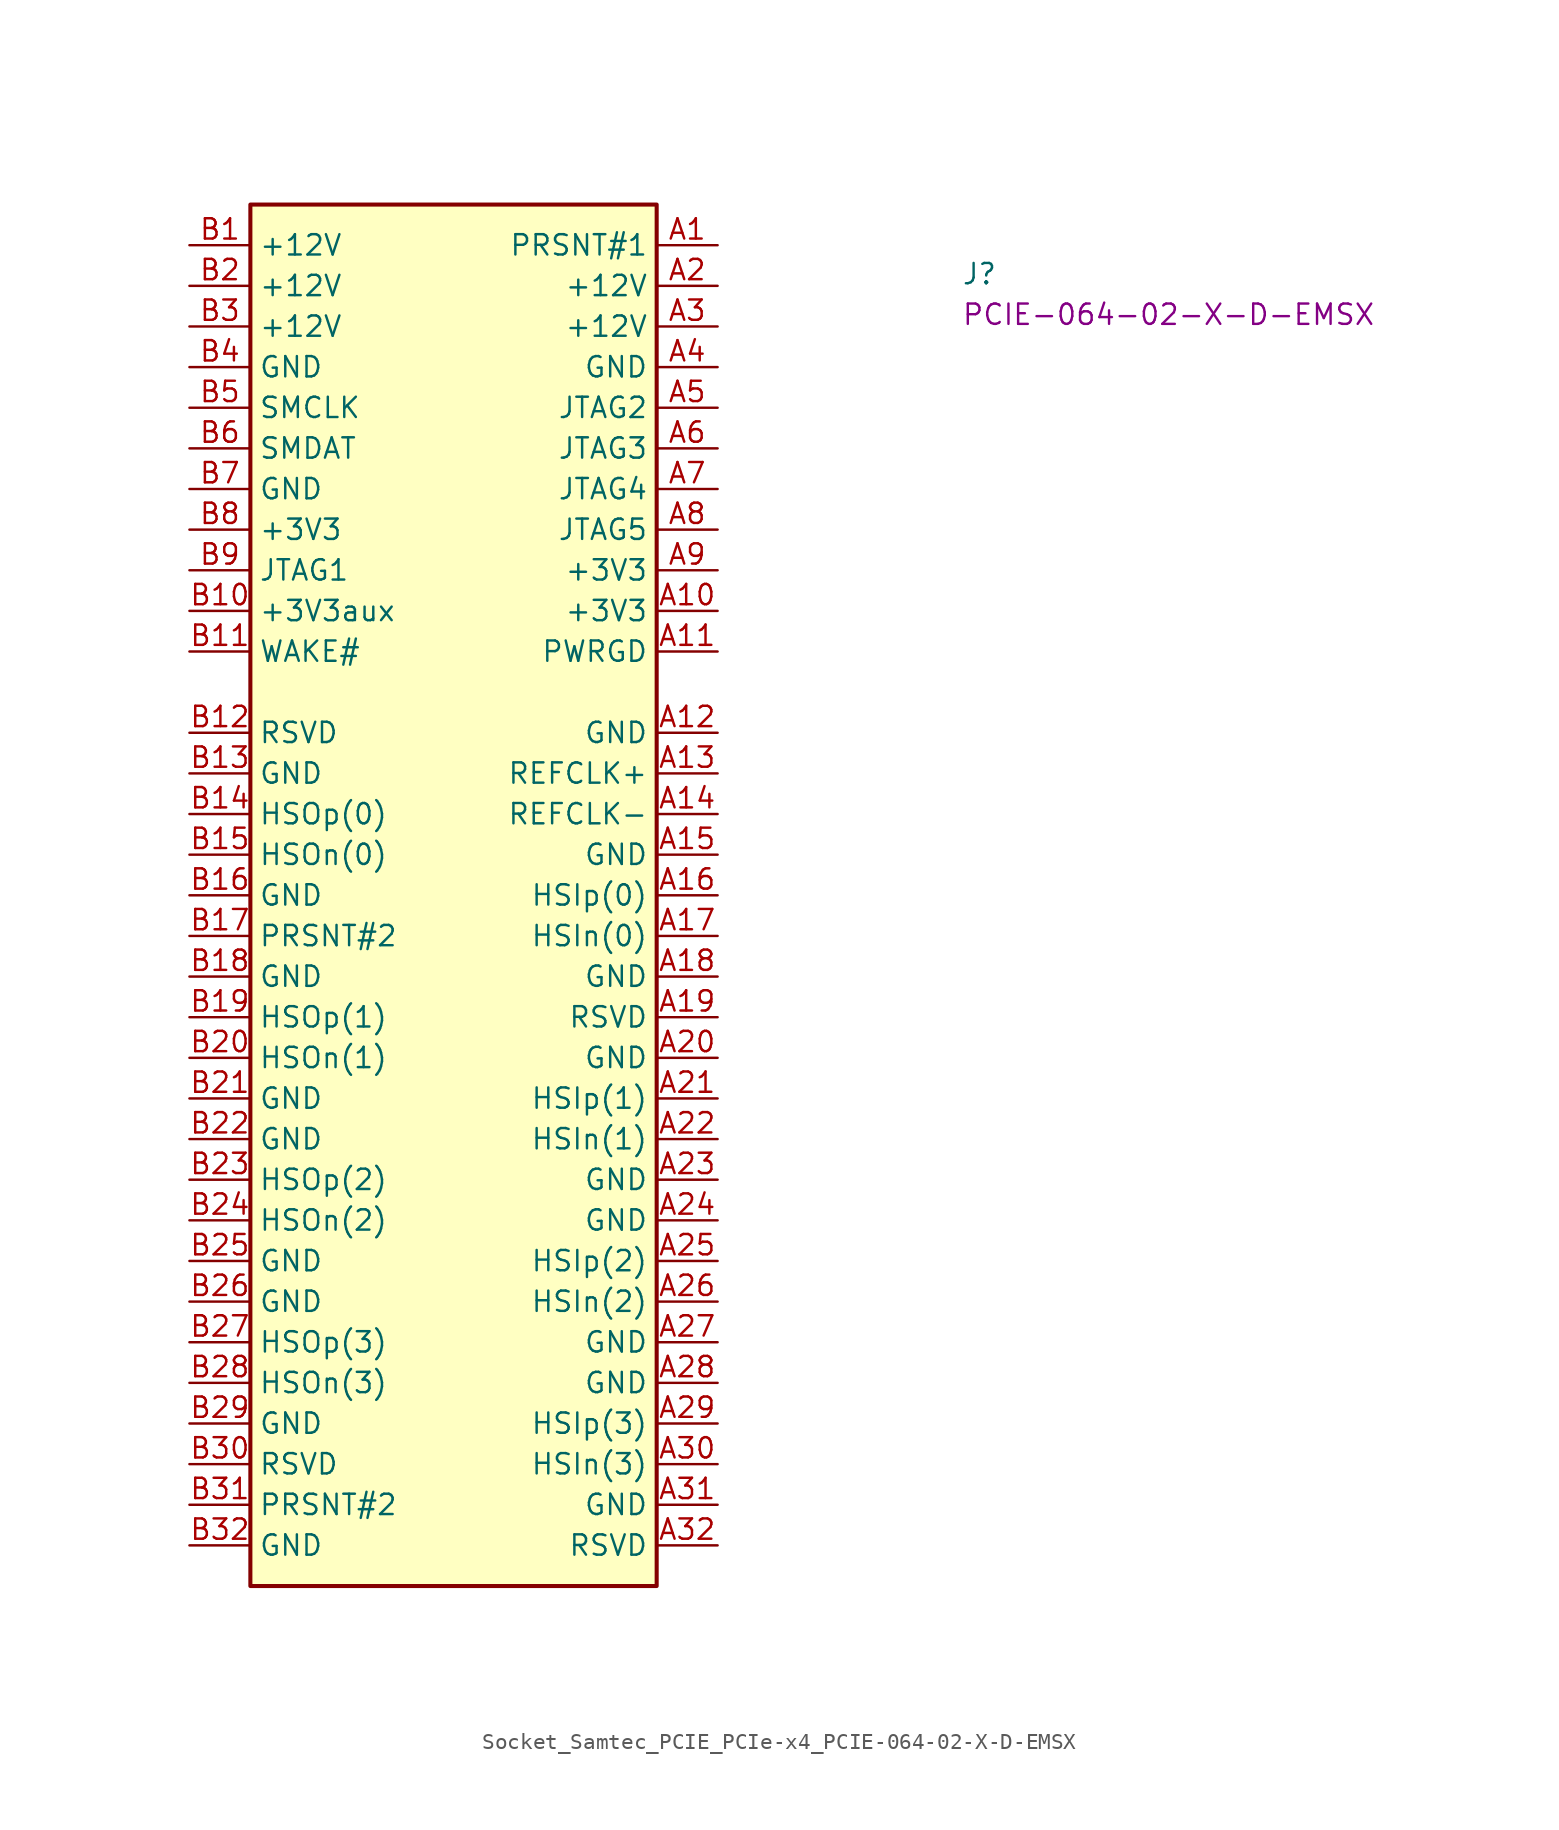
<source format=kicad_sym>
(kicad_symbol_lib
  (version 20220914)
  (generator kicad_symbol_editor)
  (symbol "Socket_Samtec_PCIE_PCIe-x4_PCIE-064-02-X-D-EMSX"
    (property "Reference" "J"
      (at 48.26 -2.54 0)
      (effects (font (size 1.27 1.27) (thickness 0.15)) (justify left bottom)))
    (property "MPN" "PCIE-064-02-X-D-EMSX"
      (at 48.26 -5.08 0)
      (effects (font (size 1.27 1.27) (thickness 0.15)) (justify left bottom)))
    (symbol "Socket_Samtec_PCIE_PCIe-x4_PCIE-064-02-X-D-EMSX_0_1"
      (rectangle (start 3.81 2.54) (end 29.21 -83.82) (stroke (width 0.254) (type default)) (fill (type background))))
    (symbol "Socket_Samtec_PCIE_PCIe-x4_PCIE-064-02-X-D-EMSX_1_1"
      (pin passive line (at 33.02 0 180) (length 3.81) (name "PRSNT#1" (effects (font (size 1.27 1.27)))) (number "A1" (effects (font (size 1.27 1.27)))))
      (pin passive line (at 33.02 -22.86 180) (length 3.81) (name "+3V3" (effects (font (size 1.27 1.27)))) (number "A10" (effects (font (size 1.27 1.27)))))
      (pin passive line (at 33.02 -25.4 180) (length 3.81) (name "PWRGD" (effects (font (size 1.27 1.27)))) (number "A11" (effects (font (size 1.27 1.27)))))
      (pin passive line (at 33.02 -30.48 180) (length 3.81) (name "GND" (effects (font (size 1.27 1.27)))) (number "A12" (effects (font (size 1.27 1.27)))))
      (pin passive line (at 33.02 -33.02 180) (length 3.81) (name "REFCLK+" (effects (font (size 1.27 1.27)))) (number "A13" (effects (font (size 1.27 1.27)))))
      (pin passive line (at 33.02 -35.56 180) (length 3.81) (name "REFCLK-" (effects (font (size 1.27 1.27)))) (number "A14" (effects (font (size 1.27 1.27)))))
      (pin passive line (at 33.02 -38.1 180) (length 3.81) (name "GND" (effects (font (size 1.27 1.27)))) (number "A15" (effects (font (size 1.27 1.27)))))
      (pin passive line (at 33.02 -40.64 180) (length 3.81) (name "HSIp(0)" (effects (font (size 1.27 1.27)))) (number "A16" (effects (font (size 1.27 1.27)))))
      (pin passive line (at 33.02 -43.18 180) (length 3.81) (name "HSIn(0)" (effects (font (size 1.27 1.27)))) (number "A17" (effects (font (size 1.27 1.27)))))
      (pin passive line (at 33.02 -45.72 180) (length 3.81) (name "GND" (effects (font (size 1.27 1.27)))) (number "A18" (effects (font (size 1.27 1.27)))))
      (pin passive line (at 33.02 -48.26 180) (length 3.81) (name "RSVD" (effects (font (size 1.27 1.27)))) (number "A19" (effects (font (size 1.27 1.27)))))
      (pin passive line (at 33.02 -2.54 180) (length 3.81) (name "+12V" (effects (font (size 1.27 1.27)))) (number "A2" (effects (font (size 1.27 1.27)))))
      (pin passive line (at 33.02 -50.8 180) (length 3.81) (name "GND" (effects (font (size 1.27 1.27)))) (number "A20" (effects (font (size 1.27 1.27)))))
      (pin passive line (at 33.02 -53.34 180) (length 3.81) (name "HSIp(1)" (effects (font (size 1.27 1.27)))) (number "A21" (effects (font (size 1.27 1.27)))))
      (pin passive line (at 33.02 -55.88 180) (length 3.81) (name "HSIn(1)" (effects (font (size 1.27 1.27)))) (number "A22" (effects (font (size 1.27 1.27)))))
      (pin passive line (at 33.02 -58.42 180) (length 3.81) (name "GND" (effects (font (size 1.27 1.27)))) (number "A23" (effects (font (size 1.27 1.27)))))
      (pin passive line (at 33.02 -60.96 180) (length 3.81) (name "GND" (effects (font (size 1.27 1.27)))) (number "A24" (effects (font (size 1.27 1.27)))))
      (pin passive line (at 33.02 -63.5 180) (length 3.81) (name "HSIp(2)" (effects (font (size 1.27 1.27)))) (number "A25" (effects (font (size 1.27 1.27)))))
      (pin passive line (at 33.02 -66.04 180) (length 3.81) (name "HSIn(2)" (effects (font (size 1.27 1.27)))) (number "A26" (effects (font (size 1.27 1.27)))))
      (pin passive line (at 33.02 -68.58 180) (length 3.81) (name "GND" (effects (font (size 1.27 1.27)))) (number "A27" (effects (font (size 1.27 1.27)))))
      (pin input line (at 33.02 -71.12 180) (length 3.81) (name "GND" (effects (font (size 1.27 1.27)))) (number "A28" (effects (font (size 1.27 1.27)))))
      (pin passive line (at 33.02 -73.66 180) (length 3.81) (name "HSIp(3)" (effects (font (size 1.27 1.27)))) (number "A29" (effects (font (size 1.27 1.27)))))
      (pin passive line (at 33.02 -5.08 180) (length 3.81) (name "+12V" (effects (font (size 1.27 1.27)))) (number "A3" (effects (font (size 1.27 1.27)))))
      (pin passive line (at 33.02 -76.2 180) (length 3.81) (name "HSIn(3)" (effects (font (size 1.27 1.27)))) (number "A30" (effects (font (size 1.27 1.27)))))
      (pin passive line (at 33.02 -78.74 180) (length 3.81) (name "GND" (effects (font (size 1.27 1.27)))) (number "A31" (effects (font (size 1.27 1.27)))))
      (pin passive line (at 33.02 -81.28 180) (length 3.81) (name "RSVD" (effects (font (size 1.27 1.27)))) (number "A32" (effects (font (size 1.27 1.27)))))
      (pin passive line (at 33.02 -7.62 180) (length 3.81) (name "GND" (effects (font (size 1.27 1.27)))) (number "A4" (effects (font (size 1.27 1.27)))))
      (pin passive line (at 33.02 -10.16 180) (length 3.81) (name "JTAG2" (effects (font (size 1.27 1.27)))) (number "A5" (effects (font (size 1.27 1.27)))))
      (pin passive line (at 33.02 -12.7 180) (length 3.81) (name "JTAG3" (effects (font (size 1.27 1.27)))) (number "A6" (effects (font (size 1.27 1.27)))))
      (pin passive line (at 33.02 -15.24 180) (length 3.81) (name "JTAG4" (effects (font (size 1.27 1.27)))) (number "A7" (effects (font (size 1.27 1.27)))))
      (pin passive line (at 33.02 -17.78 180) (length 3.81) (name "JTAG5" (effects (font (size 1.27 1.27)))) (number "A8" (effects (font (size 1.27 1.27)))))
      (pin passive line (at 33.02 -20.32 180) (length 3.81) (name "+3V3" (effects (font (size 1.27 1.27)))) (number "A9" (effects (font (size 1.27 1.27)))))
      (pin passive line (at 0 0 0) (length 3.81) (name "+12V" (effects (font (size 1.27 1.27)))) (number "B1" (effects (font (size 1.27 1.27)))))
      (pin passive line (at 0 -22.86 0) (length 3.81) (name "+3V3aux" (effects (font (size 1.27 1.27)))) (number "B10" (effects (font (size 1.27 1.27)))))
      (pin passive line (at 0 -25.4 0) (length 3.81) (name "WAKE#" (effects (font (size 1.27 1.27)))) (number "B11" (effects (font (size 1.27 1.27)))))
      (pin passive line (at 0 -30.48 0) (length 3.81) (name "RSVD" (effects (font (size 1.27 1.27)))) (number "B12" (effects (font (size 1.27 1.27)))))
      (pin passive line (at 0 -33.02 0) (length 3.81) (name "GND" (effects (font (size 1.27 1.27)))) (number "B13" (effects (font (size 1.27 1.27)))))
      (pin passive line (at 0 -35.56 0) (length 3.81) (name "HSOp(0)" (effects (font (size 1.27 1.27)))) (number "B14" (effects (font (size 1.27 1.27)))))
      (pin passive line (at 0 -38.1 0) (length 3.81) (name "HSOn(0)" (effects (font (size 1.27 1.27)))) (number "B15" (effects (font (size 1.27 1.27)))))
      (pin passive line (at 0 -40.64 0) (length 3.81) (name "GND" (effects (font (size 1.27 1.27)))) (number "B16" (effects (font (size 1.27 1.27)))))
      (pin passive line (at 0 -43.18 0) (length 3.81) (name "PRSNT#2" (effects (font (size 1.27 1.27)))) (number "B17" (effects (font (size 1.27 1.27)))))
      (pin passive line (at 0 -45.72 0) (length 3.81) (name "GND" (effects (font (size 1.27 1.27)))) (number "B18" (effects (font (size 1.27 1.27)))))
      (pin passive line (at 0 -48.26 0) (length 3.81) (name "HSOp(1)" (effects (font (size 1.27 1.27)))) (number "B19" (effects (font (size 1.27 1.27)))))
      (pin passive line (at 0 -2.54 0) (length 3.81) (name "+12V" (effects (font (size 1.27 1.27)))) (number "B2" (effects (font (size 1.27 1.27)))))
      (pin passive line (at 0 -50.8 0) (length 3.81) (name "HSOn(1)" (effects (font (size 1.27 1.27)))) (number "B20" (effects (font (size 1.27 1.27)))))
      (pin passive line (at 0 -53.34 0) (length 3.81) (name "GND" (effects (font (size 1.27 1.27)))) (number "B21" (effects (font (size 1.27 1.27)))))
      (pin passive line (at 0 -55.88 0) (length 3.81) (name "GND" (effects (font (size 1.27 1.27)))) (number "B22" (effects (font (size 1.27 1.27)))))
      (pin passive line (at 0 -58.42 0) (length 3.81) (name "HSOp(2)" (effects (font (size 1.27 1.27)))) (number "B23" (effects (font (size 1.27 1.27)))))
      (pin passive line (at 0 -60.96 0) (length 3.81) (name "HSOn(2)" (effects (font (size 1.27 1.27)))) (number "B24" (effects (font (size 1.27 1.27)))))
      (pin passive line (at 0 -63.5 0) (length 3.81) (name "GND" (effects (font (size 1.27 1.27)))) (number "B25" (effects (font (size 1.27 1.27)))))
      (pin passive line (at 0 -66.04 0) (length 3.81) (name "GND" (effects (font (size 1.27 1.27)))) (number "B26" (effects (font (size 1.27 1.27)))))
      (pin passive line (at 0 -68.58 0) (length 3.81) (name "HSOp(3)" (effects (font (size 1.27 1.27)))) (number "B27" (effects (font (size 1.27 1.27)))))
      (pin passive line (at 0 -71.12 0) (length 3.81) (name "HSOn(3)" (effects (font (size 1.27 1.27)))) (number "B28" (effects (font (size 1.27 1.27)))))
      (pin passive line (at 0 -73.66 0) (length 3.81) (name "GND" (effects (font (size 1.27 1.27)))) (number "B29" (effects (font (size 1.27 1.27)))))
      (pin passive line (at 0 -5.08 0) (length 3.81) (name "+12V" (effects (font (size 1.27 1.27)))) (number "B3" (effects (font (size 1.27 1.27)))))
      (pin passive line (at 0 -76.2 0) (length 3.81) (name "RSVD" (effects (font (size 1.27 1.27)))) (number "B30" (effects (font (size 1.27 1.27)))))
      (pin passive line (at 0 -78.74 0) (length 3.81) (name "PRSNT#2" (effects (font (size 1.27 1.27)))) (number "B31" (effects (font (size 1.27 1.27)))))
      (pin passive line (at 0 -81.28 0) (length 3.81) (name "GND" (effects (font (size 1.27 1.27)))) (number "B32" (effects (font (size 1.27 1.27)))))
      (pin passive line (at 0 -7.62 0) (length 3.81) (name "GND" (effects (font (size 1.27 1.27)))) (number "B4" (effects (font (size 1.27 1.27)))))
      (pin passive line (at 0 -10.16 0) (length 3.81) (name "SMCLK" (effects (font (size 1.27 1.27)))) (number "B5" (effects (font (size 1.27 1.27)))))
      (pin passive line (at 0 -12.7 0) (length 3.81) (name "SMDAT" (effects (font (size 1.27 1.27)))) (number "B6" (effects (font (size 1.27 1.27)))))
      (pin passive line (at 0 -15.24 0) (length 3.81) (name "GND" (effects (font (size 1.27 1.27)))) (number "B7" (effects (font (size 1.27 1.27)))))
      (pin passive line (at 0 -17.78 0) (length 3.81) (name "+3V3" (effects (font (size 1.27 1.27)))) (number "B8" (effects (font (size 1.27 1.27)))))
      (pin passive line (at 0 -20.32 0) (length 3.81) (name "JTAG1" (effects (font (size 1.27 1.27)))) (number "B9" (effects (font (size 1.27 1.27))))))))
</source>
